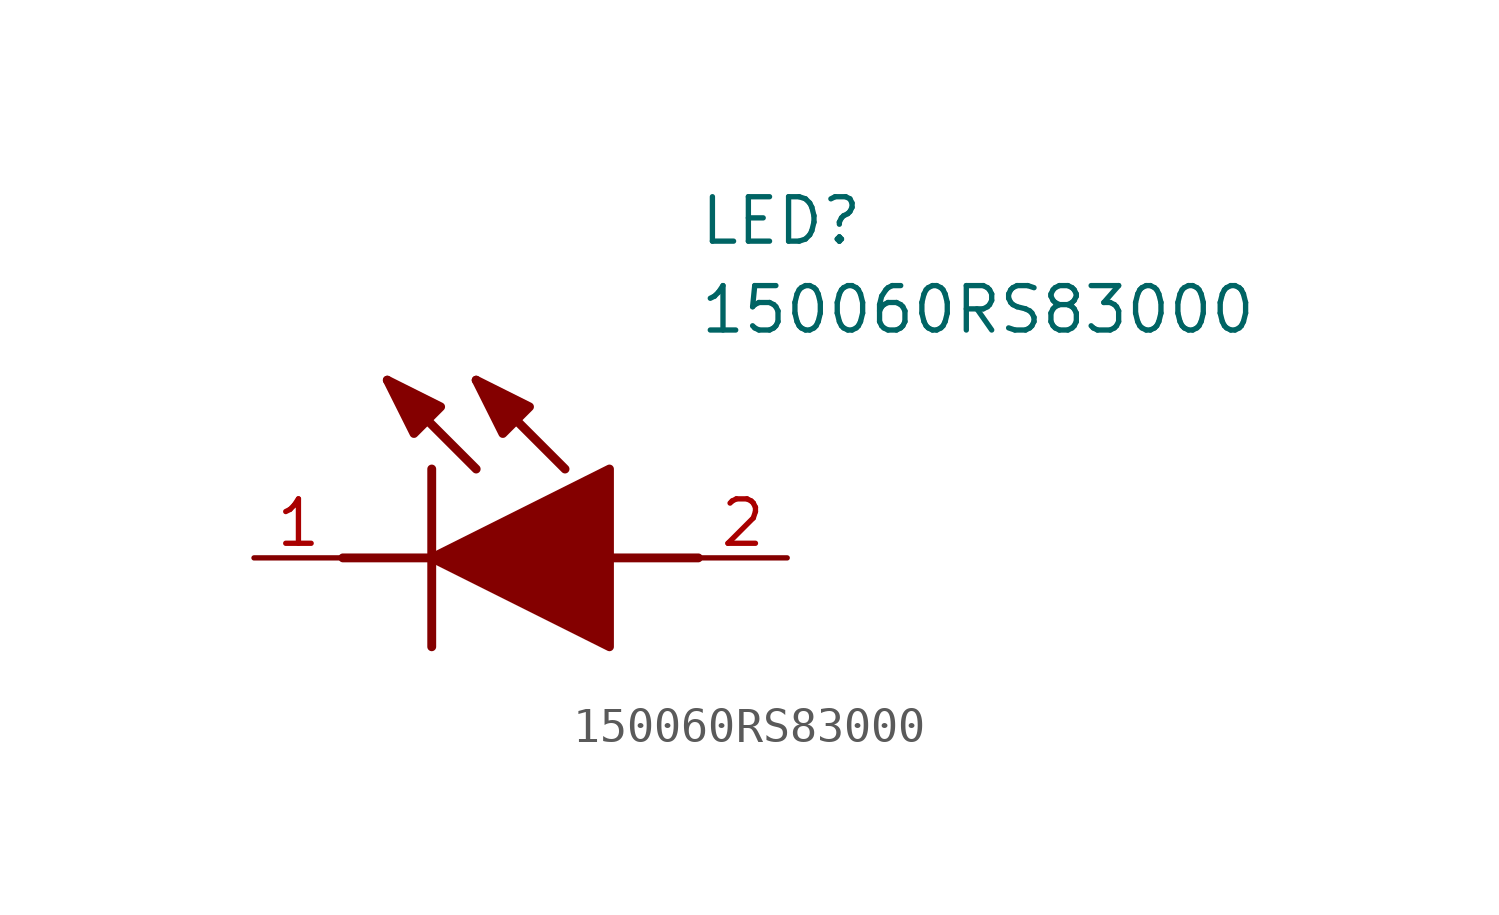
<source format=kicad_sym>
(kicad_symbol_lib
  (version 20211014)
  (generator SamacSys_ECAD_Model)
  (symbol "150060RS83000"
    (pin_names hide)
    (property "Reference" "LED"
      (at 12.7 8.89 0)
      (effects (font (size 1.27 1.27)) (justify left bottom)))
    (property "Value" "150060RS83000"
      (at 12.7 6.35 0)
      (effects (font (size 1.27 1.27)) (justify left bottom)))
    (polyline
      (pts (xy 5.08 2.54) (xy 5.08 -2.54))
      (stroke (width 0.254) (type default))
      (fill (type none)))
    (polyline
      (pts (xy 6.35 2.54) (xy 3.81 5.08))
      (stroke (width 0.254) (type default))
      (fill (type none)))
    (polyline
      (pts (xy 8.89 2.54) (xy 6.35 5.08))
      (stroke (width 0.254) (type default))
      (fill (type none)))
    (polyline
      (pts (xy 2.54 0) (xy 5.08 0))
      (stroke (width 0.254) (type default))
      (fill (type none)))
    (polyline
      (pts (xy 10.16 0) (xy 12.7 0))
      (stroke (width 0.254) (type default))
      (fill (type none)))
    (polyline
      (pts (xy 5.08 0) (xy 10.16 2.54) (xy 10.16 -2.54) (xy 5.08 0))
      (stroke (width 0.254) (type default))
      (fill (type outline)))
    (polyline
      (pts (xy 5.334 4.318) (xy 4.572 3.556) (xy 3.81 5.08) (xy 5.334 4.318))
      (stroke (width 0.254) (type default))
      (fill (type outline)))
    (polyline
      (pts (xy 7.874 4.318) (xy 7.112 3.556) (xy 6.35 5.08) (xy 7.874 4.318))
      (stroke (width 0.254) (type default))
      (fill (type outline)))
    (pin passive line
      (at 0 0 0)
      (length 2.54)
      (name "K" (effects (font (size 1.27 1.27))))
      (number "1" (effects (font (size 1.27 1.27)))))
    (pin passive line
      (at 15.24 0 180)
      (length 2.54)
      (name "A" (effects (font (size 1.27 1.27))))
      (number "2" (effects (font (size 1.27 1.27)))))))
</source>
